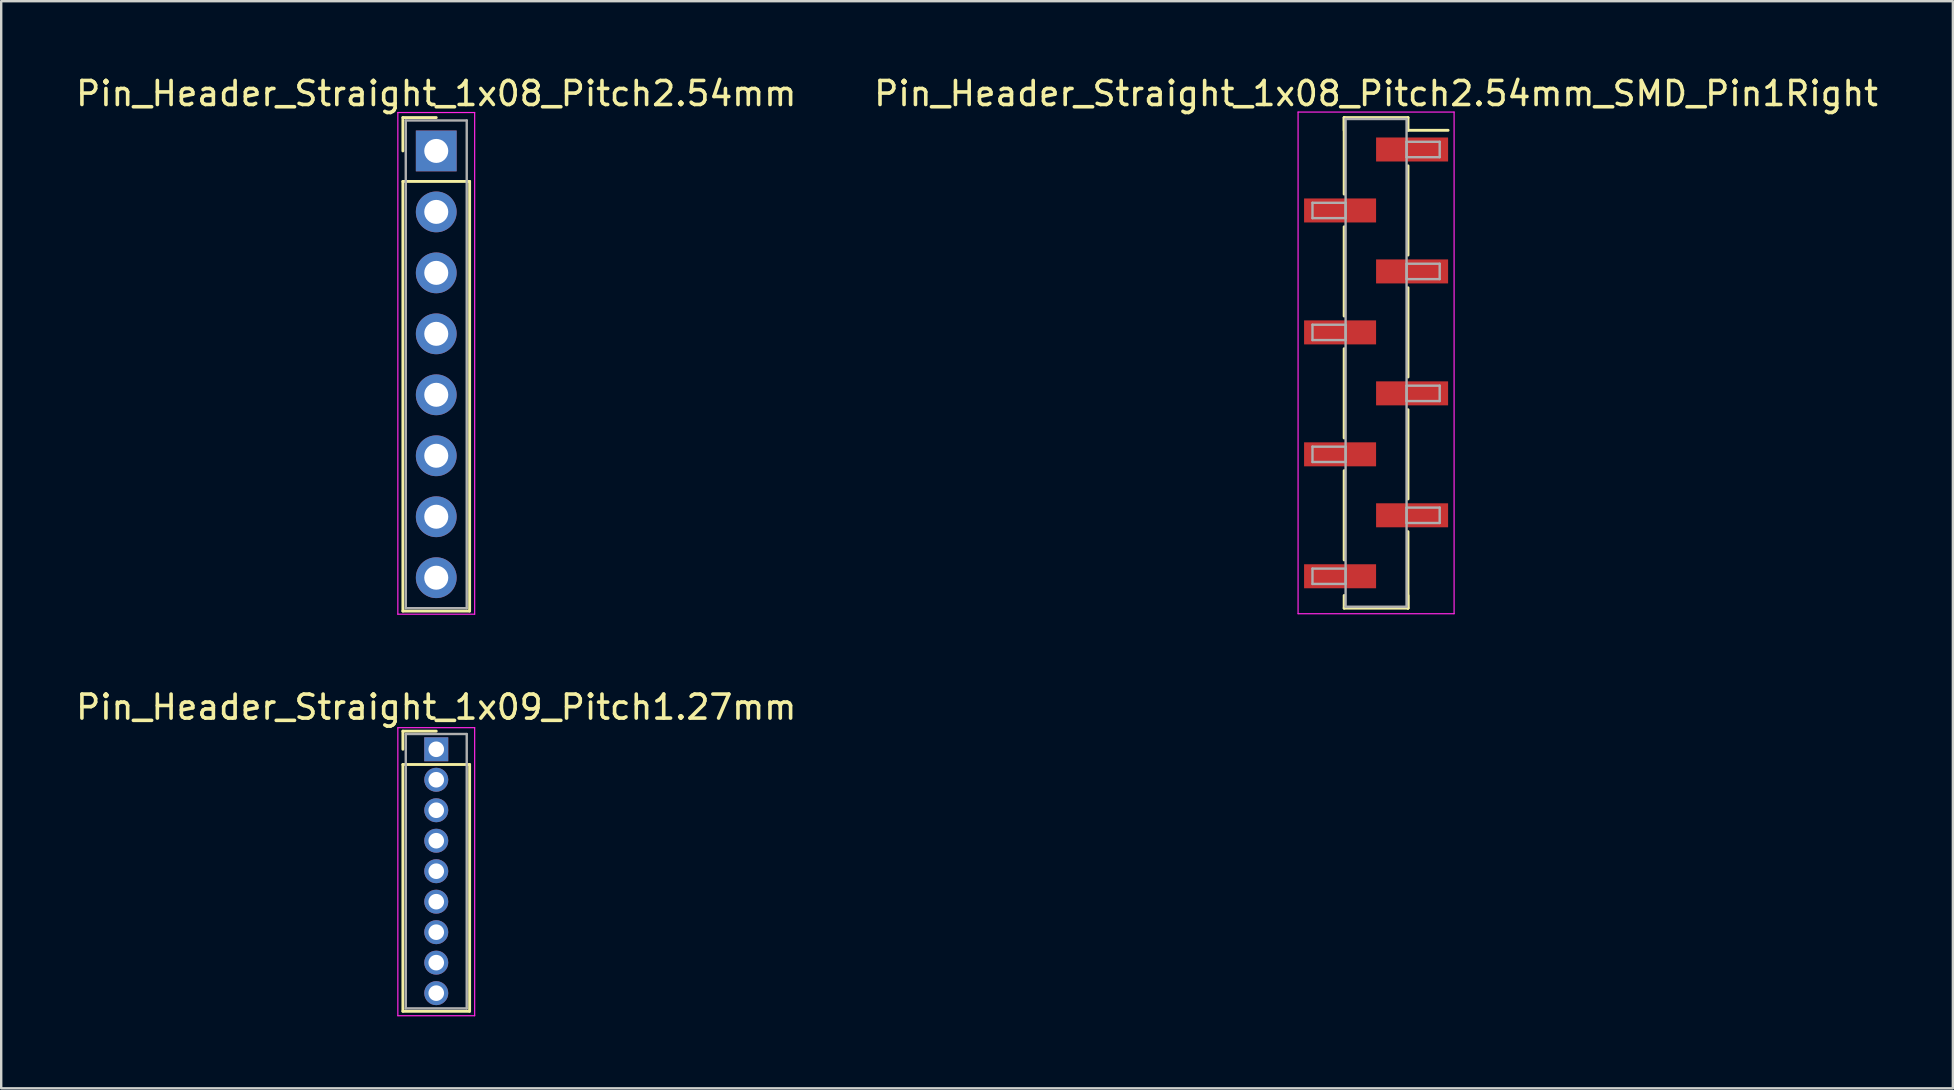
<source format=kicad_pcb>
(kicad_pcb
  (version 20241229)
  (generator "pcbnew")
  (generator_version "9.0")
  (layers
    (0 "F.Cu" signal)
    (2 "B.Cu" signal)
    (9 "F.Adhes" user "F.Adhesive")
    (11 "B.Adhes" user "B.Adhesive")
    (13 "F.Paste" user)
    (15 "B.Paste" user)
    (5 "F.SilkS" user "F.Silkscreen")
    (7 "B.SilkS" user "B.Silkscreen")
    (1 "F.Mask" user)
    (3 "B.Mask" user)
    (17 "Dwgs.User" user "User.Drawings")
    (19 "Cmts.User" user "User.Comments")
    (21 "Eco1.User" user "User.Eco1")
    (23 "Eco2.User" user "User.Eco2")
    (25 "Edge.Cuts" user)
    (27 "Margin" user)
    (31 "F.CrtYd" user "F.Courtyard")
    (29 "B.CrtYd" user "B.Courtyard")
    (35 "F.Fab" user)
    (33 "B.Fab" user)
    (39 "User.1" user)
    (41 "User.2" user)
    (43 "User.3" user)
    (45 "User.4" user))
  (footprint "Pin_Header_Straight_1x08_Pitch2.54mm_SMD_Pin1Right"
    (layer "F.Cu")
    (at 54.28 12.068)
    (property "Reference" "Pin_Header_Straight_1x08_Pitch2.54mm_SMD_Pin1Right" (at 0 -11.22 0) (layer "F.SilkS") (effects (font (size 1 1) (thickness 0.15))))
    (attr smd)
    (fp_line (start -1.33 -10.22) (end -1.33 -7.03) (stroke (width 0.12) (type solid)) (layer "F.SilkS"))
    (fp_line (start -1.33 -10.22) (end 1.33 -10.22) (stroke (width 0.12) (type solid)) (layer "F.SilkS"))
    (fp_line (start -1.33 -9.69) (end -1.33 -10.22) (stroke (width 0.12) (type solid)) (layer "F.SilkS"))
    (fp_line (start -1.33 -5.67) (end -1.33 -1.95) (stroke (width 0.12) (type solid)) (layer "F.SilkS"))
    (fp_line (start -1.33 -0.59) (end -1.33 3.13) (stroke (width 0.12) (type solid)) (layer "F.SilkS"))
    (fp_line (start -1.33 4.49) (end -1.33 8.21) (stroke (width 0.12) (type solid)) (layer "F.SilkS"))
    (fp_line (start -1.33 9.69) (end -1.33 10.22) (stroke (width 0.12) (type solid)) (layer "F.SilkS"))
    (fp_line (start -1.33 10.22) (end 1.33 10.22) (stroke (width 0.12) (type solid)) (layer "F.SilkS"))
    (fp_line (start 1.33 -10.22) (end 1.33 -9.69) (stroke (width 0.12) (type solid)) (layer "F.SilkS"))
    (fp_line (start 1.33 -9.69) (end 3 -9.69) (stroke (width 0.12) (type solid)) (layer "F.SilkS"))
    (fp_line (start 1.33 -8.21) (end 1.33 -4.49) (stroke (width 0.12) (type solid)) (layer "F.SilkS"))
    (fp_line (start 1.33 -3.13) (end 1.33 0.59) (stroke (width 0.12) (type solid)) (layer "F.SilkS"))
    (fp_line (start 1.33 1.95) (end 1.33 5.67) (stroke (width 0.12) (type solid)) (layer "F.SilkS"))
    (fp_line (start 1.33 7.03) (end 1.33 10.22) (stroke (width 0.12) (type solid)) (layer "F.SilkS"))
    (fp_line (start 1.33 10.22) (end 1.33 9.69) (stroke (width 0.12) (type solid)) (layer "F.SilkS"))
    (fp_line (start -3.25 -10.45) (end -3.25 10.45) (stroke (width 0.05) (type solid)) (layer "F.CrtYd"))
    (fp_line (start -3.25 10.45) (end 3.25 10.45) (stroke (width 0.05) (type solid)) (layer "F.CrtYd"))
    (fp_line (start 3.25 -10.45) (end -3.25 -10.45) (stroke (width 0.05) (type solid)) (layer "F.CrtYd"))
    (fp_line (start 3.25 10.45) (end 3.25 -10.45) (stroke (width 0.05) (type solid)) (layer "F.CrtYd"))
    (fp_line (start -2.65 -6.67) (end -1.27 -6.67) (stroke (width 0.1) (type solid)) (layer "F.Fab"))
    (fp_line (start -2.65 -6.03) (end -2.65 -6.67) (stroke (width 0.1) (type solid)) (layer "F.Fab"))
    (fp_line (start -2.65 -1.59) (end -1.27 -1.59) (stroke (width 0.1) (type solid)) (layer "F.Fab"))
    (fp_line (start -2.65 -0.95) (end -2.65 -1.59) (stroke (width 0.1) (type solid)) (layer "F.Fab"))
    (fp_line (start -2.65 3.49) (end -1.27 3.49) (stroke (width 0.1) (type solid)) (layer "F.Fab"))
    (fp_line (start -2.65 4.13) (end -2.65 3.49) (stroke (width 0.1) (type solid)) (layer "F.Fab"))
    (fp_line (start -2.65 8.57) (end -1.27 8.57) (stroke (width 0.1) (type solid)) (layer "F.Fab"))
    (fp_line (start -2.65 9.21) (end -2.65 8.57) (stroke (width 0.1) (type solid)) (layer "F.Fab"))
    (fp_line (start -1.27 -10.16) (end -1.27 10.16) (stroke (width 0.1) (type solid)) (layer "F.Fab"))
    (fp_line (start -1.27 -6.67) (end -1.27 -6.03) (stroke (width 0.1) (type solid)) (layer "F.Fab"))
    (fp_line (start -1.27 -6.03) (end -2.65 -6.03) (stroke (width 0.1) (type solid)) (layer "F.Fab"))
    (fp_line (start -1.27 -1.59) (end -1.27 -0.95) (stroke (width 0.1) (type solid)) (layer "F.Fab"))
    (fp_line (start -1.27 -0.95) (end -2.65 -0.95) (stroke (width 0.1) (type solid)) (layer "F.Fab"))
    (fp_line (start -1.27 3.49) (end -1.27 4.13) (stroke (width 0.1) (type solid)) (layer "F.Fab"))
    (fp_line (start -1.27 4.13) (end -2.65 4.13) (stroke (width 0.1) (type solid)) (layer "F.Fab"))
    (fp_line (start -1.27 8.57) (end -1.27 9.21) (stroke (width 0.1) (type solid)) (layer "F.Fab"))
    (fp_line (start -1.27 9.21) (end -2.65 9.21) (stroke (width 0.1) (type solid)) (layer "F.Fab"))
    (fp_line (start -1.27 10.16) (end 1.27 10.16) (stroke (width 0.1) (type solid)) (layer "F.Fab"))
    (fp_line (start 1.27 -10.16) (end -1.27 -10.16) (stroke (width 0.1) (type solid)) (layer "F.Fab"))
    (fp_line (start 1.27 -9.21) (end 1.27 -8.57) (stroke (width 0.1) (type solid)) (layer "F.Fab"))
    (fp_line (start 1.27 -8.57) (end 2.65 -8.57) (stroke (width 0.1) (type solid)) (layer "F.Fab"))
    (fp_line (start 1.27 -4.13) (end 1.27 -3.49) (stroke (width 0.1) (type solid)) (layer "F.Fab"))
    (fp_line (start 1.27 -3.49) (end 2.65 -3.49) (stroke (width 0.1) (type solid)) (layer "F.Fab"))
    (fp_line (start 1.27 0.95) (end 1.27 1.59) (stroke (width 0.1) (type solid)) (layer "F.Fab"))
    (fp_line (start 1.27 1.59) (end 2.65 1.59) (stroke (width 0.1) (type solid)) (layer "F.Fab"))
    (fp_line (start 1.27 6.03) (end 1.27 6.67) (stroke (width 0.1) (type solid)) (layer "F.Fab"))
    (fp_line (start 1.27 6.67) (end 2.65 6.67) (stroke (width 0.1) (type solid)) (layer "F.Fab"))
    (fp_line (start 1.27 10.16) (end 1.27 -10.16) (stroke (width 0.1) (type solid)) (layer "F.Fab"))
    (fp_line (start 2.65 -9.21) (end 1.27 -9.21) (stroke (width 0.1) (type solid)) (layer "F.Fab"))
    (fp_line (start 2.65 -8.57) (end 2.65 -9.21) (stroke (width 0.1) (type solid)) (layer "F.Fab"))
    (fp_line (start 2.65 -4.13) (end 1.27 -4.13) (stroke (width 0.1) (type solid)) (layer "F.Fab"))
    (fp_line (start 2.65 -3.49) (end 2.65 -4.13) (stroke (width 0.1) (type solid)) (layer "F.Fab"))
    (fp_line (start 2.65 0.95) (end 1.27 0.95) (stroke (width 0.1) (type solid)) (layer "F.Fab"))
    (fp_line (start 2.65 1.59) (end 2.65 0.95) (stroke (width 0.1) (type solid)) (layer "F.Fab"))
    (fp_line (start 2.65 6.03) (end 1.27 6.03) (stroke (width 0.1) (type solid)) (layer "F.Fab"))
    (fp_line (start 2.65 6.67) (end 2.65 6.03) (stroke (width 0.1) (type solid)) (layer "F.Fab"))
    (pad "1" smd rect (at 1.5 -8.89) (size 3 1) (layers "F.Cu" "F.Mask"))
    (pad "2" smd rect (at -1.5 -6.35) (size 3 1) (layers "F.Cu" "F.Mask"))
    (pad "3" smd rect (at 1.5 -3.81) (size 3 1) (layers "F.Cu" "F.Mask"))
    (pad "4" smd rect (at -1.5 -1.27) (size 3 1) (layers "F.Cu" "F.Mask"))
    (pad "5" smd rect (at 1.5 1.27) (size 3 1) (layers "F.Cu" "F.Mask"))
    (pad "6" smd rect (at -1.5 3.81) (size 3 1) (layers "F.Cu" "F.Mask"))
    (pad "7" smd rect (at 1.5 6.35) (size 3 1) (layers "F.Cu" "F.Mask"))
    (pad "8" smd rect (at -1.5 8.89) (size 3 1) (layers "F.Cu" "F.Mask")))
  (footprint "Pin_Header_Straight_1x09_Pitch1.27mm"
    (layer "F.Cu")
    (at 15.125 28.166)
    (property "Reference" "Pin_Header_Straight_1x09_Pitch1.27mm" (at 0 -1.755 0) (layer "F.SilkS") (effects (font (size 1 1) (thickness 0.15))))
    (attr through_hole)
    (fp_line (start -1.39 -0.755) (end 0 -0.755) (stroke (width 0.12) (type solid)) (layer "F.SilkS"))
    (fp_line (start -1.39 0) (end -1.39 -0.755) (stroke (width 0.12) (type solid)) (layer "F.SilkS"))
    (fp_line (start -1.39 0.635) (end -1.39 10.915) (stroke (width 0.12) (type solid)) (layer "F.SilkS"))
    (fp_line (start -1.39 10.915) (end 1.39 10.915) (stroke (width 0.12) (type solid)) (layer "F.SilkS"))
    (fp_line (start 1.39 0.635) (end -1.39 0.635) (stroke (width 0.12) (type solid)) (layer "F.SilkS"))
    (fp_line (start 1.39 10.915) (end 1.39 0.635) (stroke (width 0.12) (type solid)) (layer "F.SilkS"))
    (fp_line (start -1.6 -0.9) (end -1.6 11.1) (stroke (width 0.05) (type solid)) (layer "F.CrtYd"))
    (fp_line (start -1.6 11.1) (end 1.6 11.1) (stroke (width 0.05) (type solid)) (layer "F.CrtYd"))
    (fp_line (start 1.6 -0.9) (end -1.6 -0.9) (stroke (width 0.05) (type solid)) (layer "F.CrtYd"))
    (fp_line (start 1.6 11.1) (end 1.6 -0.9) (stroke (width 0.05) (type solid)) (layer "F.CrtYd"))
    (fp_line (start -1.27 -0.635) (end -1.27 10.795) (stroke (width 0.1) (type solid)) (layer "F.Fab"))
    (fp_line (start -1.27 10.795) (end 1.27 10.795) (stroke (width 0.1) (type solid)) (layer "F.Fab"))
    (fp_line (start 1.27 -0.635) (end -1.27 -0.635) (stroke (width 0.1) (type solid)) (layer "F.Fab"))
    (fp_line (start 1.27 10.795) (end 1.27 -0.635) (stroke (width 0.1) (type solid)) (layer "F.Fab"))
    (pad "1" thru_hole rect (at 0 0) (size 1 1) (drill 0.65) (layers "*.Cu" "*.Mask"))
    (pad "2" thru_hole oval (at 0 1.27) (size 1 1) (drill 0.65) (layers "*.Cu" "*.Mask"))
    (pad "3" thru_hole oval (at 0 2.54) (size 1 1) (drill 0.65) (layers "*.Cu" "*.Mask"))
    (pad "4" thru_hole oval (at 0 3.81) (size 1 1) (drill 0.65) (layers "*.Cu" "*.Mask"))
    (pad "5" thru_hole oval (at 0 5.08) (size 1 1) (drill 0.65) (layers "*.Cu" "*.Mask"))
    (pad "6" thru_hole oval (at 0 6.35) (size 1 1) (drill 0.65) (layers "*.Cu" "*.Mask"))
    (pad "7" thru_hole oval (at 0 7.62) (size 1 1) (drill 0.65) (layers "*.Cu" "*.Mask"))
    (pad "8" thru_hole oval (at 0 8.89) (size 1 1) (drill 0.65) (layers "*.Cu" "*.Mask"))
    (pad "9" thru_hole oval (at 0 10.16) (size 1 1) (drill 0.65) (layers "*.Cu" "*.Mask")))
  (footprint "Pin_Header_Straight_1x08_Pitch2.54mm"
    (layer "F.Cu")
    (at 15.125 3.238)
    (property "Reference" "Pin_Header_Straight_1x08_Pitch2.54mm" (at 0 -2.39 0) (layer "F.SilkS") (effects (font (size 1 1) (thickness 0.15))))
    (attr through_hole)
    (fp_line (start -1.39 -1.39) (end 0 -1.39) (stroke (width 0.12) (type solid)) (layer "F.SilkS"))
    (fp_line (start -1.39 0) (end -1.39 -1.39) (stroke (width 0.12) (type solid)) (layer "F.SilkS"))
    (fp_line (start -1.39 1.27) (end -1.39 19.17) (stroke (width 0.12) (type solid)) (layer "F.SilkS"))
    (fp_line (start -1.39 19.17) (end 1.39 19.17) (stroke (width 0.12) (type solid)) (layer "F.SilkS"))
    (fp_line (start 1.39 1.27) (end -1.39 1.27) (stroke (width 0.12) (type solid)) (layer "F.SilkS"))
    (fp_line (start 1.39 19.17) (end 1.39 1.27) (stroke (width 0.12) (type solid)) (layer "F.SilkS"))
    (fp_line (start -1.6 -1.6) (end -1.6 19.3) (stroke (width 0.05) (type solid)) (layer "F.CrtYd"))
    (fp_line (start -1.6 19.3) (end 1.6 19.3) (stroke (width 0.05) (type solid)) (layer "F.CrtYd"))
    (fp_line (start 1.6 -1.6) (end -1.6 -1.6) (stroke (width 0.05) (type solid)) (layer "F.CrtYd"))
    (fp_line (start 1.6 19.3) (end 1.6 -1.6) (stroke (width 0.05) (type solid)) (layer "F.CrtYd"))
    (fp_line (start -1.27 -1.27) (end -1.27 19.05) (stroke (width 0.1) (type solid)) (layer "F.Fab"))
    (fp_line (start -1.27 19.05) (end 1.27 19.05) (stroke (width 0.1) (type solid)) (layer "F.Fab"))
    (fp_line (start 1.27 -1.27) (end -1.27 -1.27) (stroke (width 0.1) (type solid)) (layer "F.Fab"))
    (fp_line (start 1.27 19.05) (end 1.27 -1.27) (stroke (width 0.1) (type solid)) (layer "F.Fab"))
    (pad "1" thru_hole rect (at 0 0) (size 1.7 1.7) (drill 1) (layers "*.Cu" "*.Mask"))
    (pad "2" thru_hole oval (at 0 2.54) (size 1.7 1.7) (drill 1) (layers "*.Cu" "*.Mask"))
    (pad "3" thru_hole oval (at 0 5.08) (size 1.7 1.7) (drill 1) (layers "*.Cu" "*.Mask"))
    (pad "4" thru_hole oval (at 0 7.62) (size 1.7 1.7) (drill 1) (layers "*.Cu" "*.Mask"))
    (pad "5" thru_hole oval (at 0 10.16) (size 1.7 1.7) (drill 1) (layers "*.Cu" "*.Mask"))
    (pad "6" thru_hole oval (at 0 12.7) (size 1.7 1.7) (drill 1) (layers "*.Cu" "*.Mask"))
    (pad "7" thru_hole oval (at 0 15.24) (size 1.7 1.7) (drill 1) (layers "*.Cu" "*.Mask"))
    (pad "8" thru_hole oval (at 0 17.78) (size 1.7 1.7) (drill 1) (layers "*.Cu" "*.Mask")))
  (gr_rect
    (start -3 -3)
    (end 78.31 42.291)
    (stroke (width 0.1) (type default))
    (fill no)
    (layer "Edge.Cuts")))
</source>
